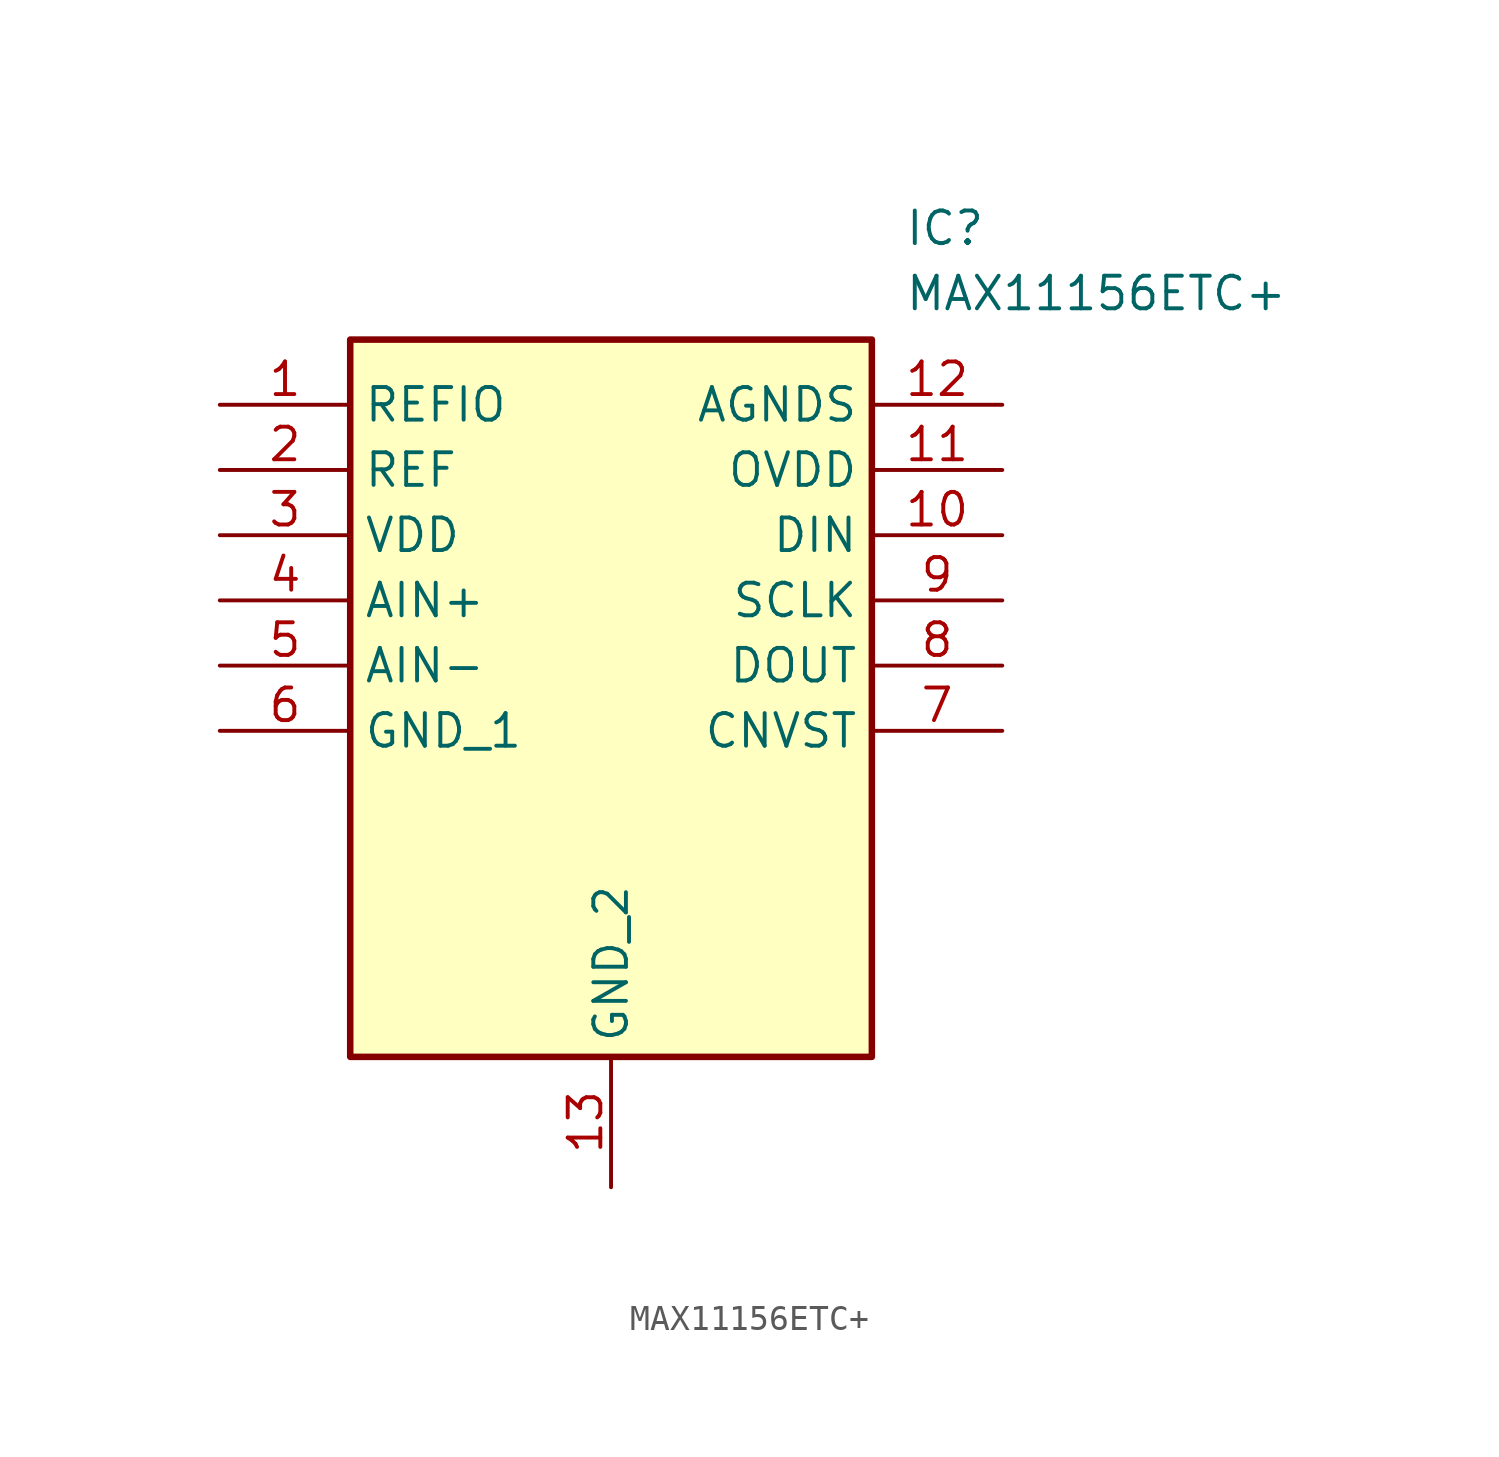
<source format=kicad_sym>
(kicad_symbol_lib
  (version 20220914)
  (generator kicad_symbol_editor)
  (symbol "MAX11156ETC+"
    (property "Reference" "IC"
      (at 26.67 7.62 0)
      (effects (font (size 1.27 1.27)) (justify left top)))
    (property "Value" "MAX11156ETC+"
      (at 26.67 5.08 0)
      (effects (font (size 1.27 1.27)) (justify left top)))
    (symbol "MAX11156ETC+_1_1"
      (rectangle (start 5.08 2.54) (end 25.4 -25.4) (stroke (width 0.254) (type default)) (fill (type background)))
      (pin passive line (at 0 0 0) (length 5.08) (name "REFIO" (effects (font (size 1.27 1.27)))) (number "1" (effects (font (size 1.27 1.27)))))
      (pin passive line (at 30.48 -5.08 180) (length 5.08) (name "DIN" (effects (font (size 1.27 1.27)))) (number "10" (effects (font (size 1.27 1.27)))))
      (pin passive line (at 30.48 -2.54 180) (length 5.08) (name "OVDD" (effects (font (size 1.27 1.27)))) (number "11" (effects (font (size 1.27 1.27)))))
      (pin passive line (at 30.48 0 180) (length 5.08) (name "AGNDS" (effects (font (size 1.27 1.27)))) (number "12" (effects (font (size 1.27 1.27)))))
      (pin passive line (at 15.24 -30.48 90) (length 5.08) (name "GND_2" (effects (font (size 1.27 1.27)))) (number "13" (effects (font (size 1.27 1.27)))))
      (pin passive line (at 0 -2.54 0) (length 5.08) (name "REF" (effects (font (size 1.27 1.27)))) (number "2" (effects (font (size 1.27 1.27)))))
      (pin passive line (at 0 -5.08 0) (length 5.08) (name "VDD" (effects (font (size 1.27 1.27)))) (number "3" (effects (font (size 1.27 1.27)))))
      (pin passive line (at 0 -7.62 0) (length 5.08) (name "AIN+" (effects (font (size 1.27 1.27)))) (number "4" (effects (font (size 1.27 1.27)))))
      (pin passive line (at 0 -10.16 0) (length 5.08) (name "AIN-" (effects (font (size 1.27 1.27)))) (number "5" (effects (font (size 1.27 1.27)))))
      (pin passive line (at 0 -12.7 0) (length 5.08) (name "GND_1" (effects (font (size 1.27 1.27)))) (number "6" (effects (font (size 1.27 1.27)))))
      (pin passive line (at 30.48 -12.7 180) (length 5.08) (name "CNVST" (effects (font (size 1.27 1.27)))) (number "7" (effects (font (size 1.27 1.27)))))
      (pin passive line (at 30.48 -10.16 180) (length 5.08) (name "DOUT" (effects (font (size 1.27 1.27)))) (number "8" (effects (font (size 1.27 1.27)))))
      (pin passive line (at 30.48 -7.62 180) (length 5.08) (name "SCLK" (effects (font (size 1.27 1.27)))) (number "9" (effects (font (size 1.27 1.27))))))))
</source>
